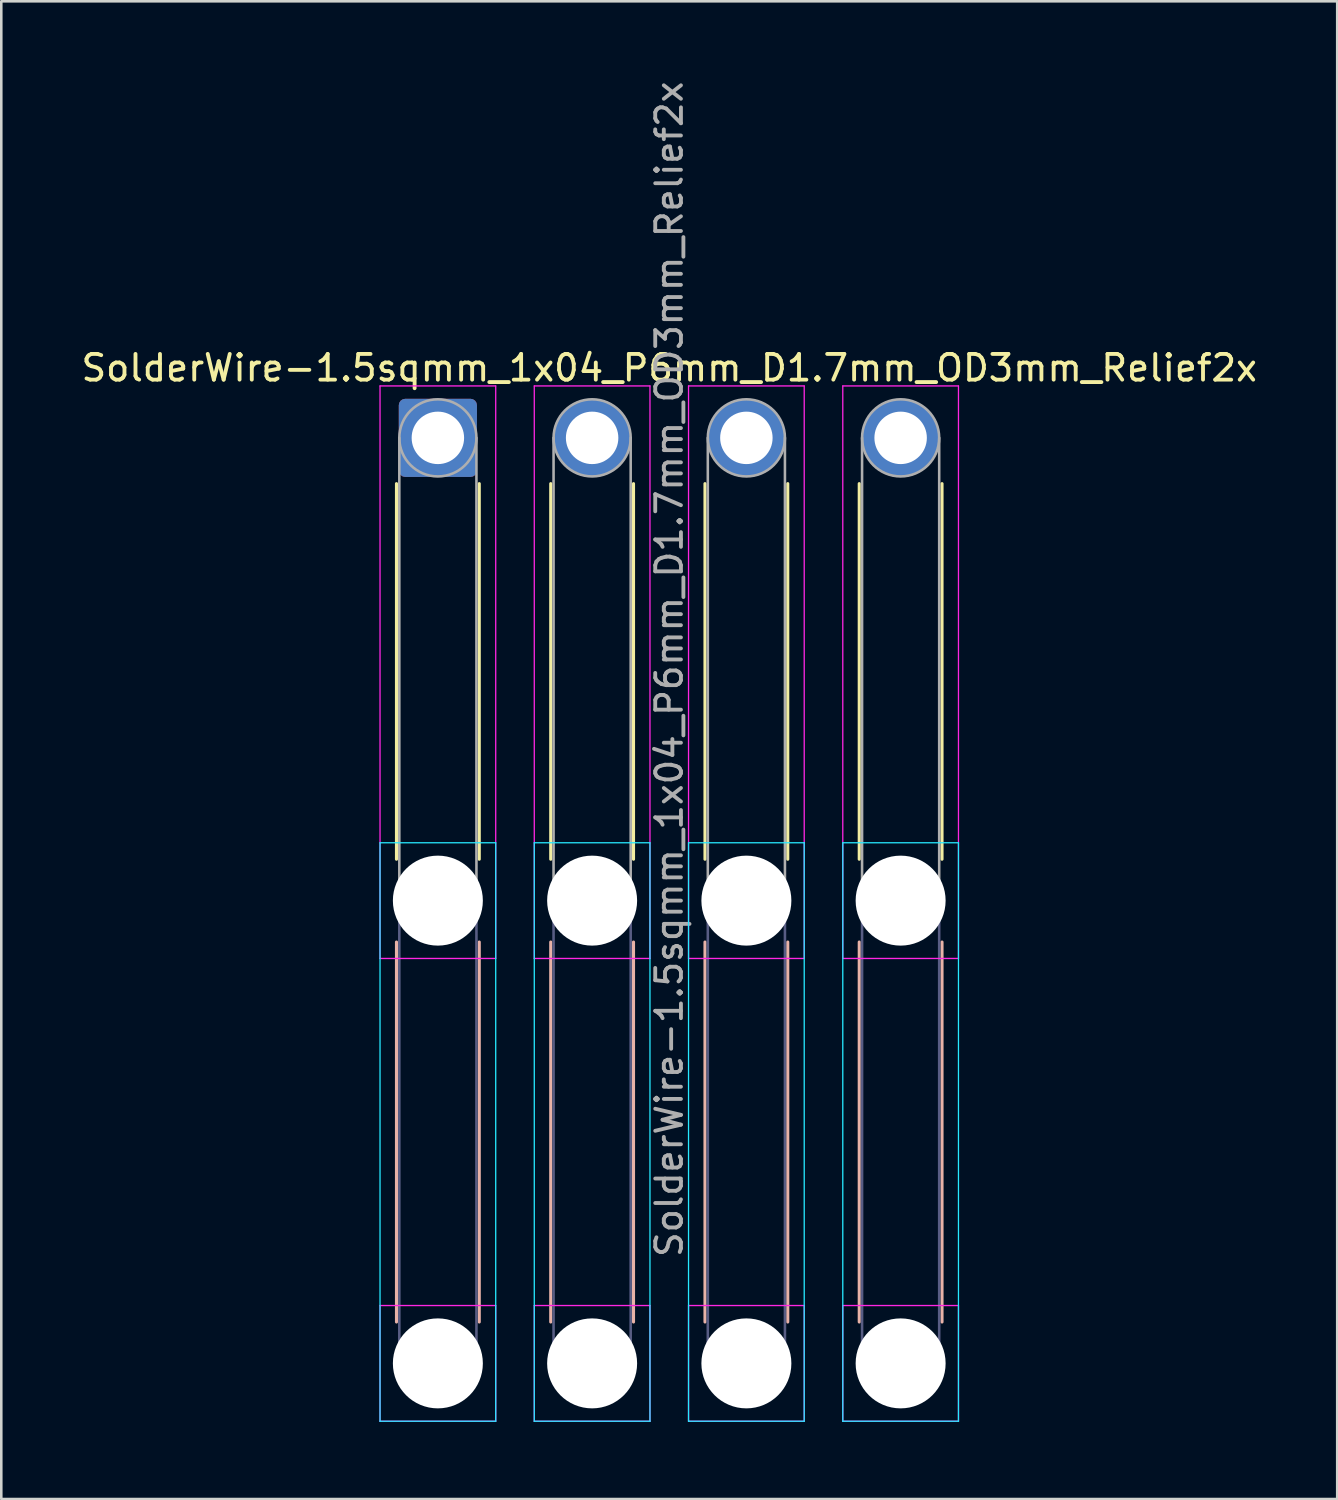
<source format=kicad_pcb>
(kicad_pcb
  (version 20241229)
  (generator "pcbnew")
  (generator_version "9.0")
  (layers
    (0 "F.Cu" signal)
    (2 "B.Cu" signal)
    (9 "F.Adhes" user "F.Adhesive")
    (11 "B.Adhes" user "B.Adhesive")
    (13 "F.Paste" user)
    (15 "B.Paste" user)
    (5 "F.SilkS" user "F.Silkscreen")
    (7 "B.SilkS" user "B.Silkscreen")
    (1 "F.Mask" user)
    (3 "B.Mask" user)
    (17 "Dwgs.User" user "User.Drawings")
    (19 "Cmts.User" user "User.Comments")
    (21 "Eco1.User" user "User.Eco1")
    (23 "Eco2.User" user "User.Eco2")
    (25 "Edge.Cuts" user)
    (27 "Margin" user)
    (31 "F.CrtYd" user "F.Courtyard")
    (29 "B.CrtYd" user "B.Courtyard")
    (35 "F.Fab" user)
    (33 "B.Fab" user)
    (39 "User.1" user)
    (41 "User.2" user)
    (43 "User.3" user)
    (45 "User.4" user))
  (footprint "SolderWire-1.5sqmm_1x04_P6mm_D1.7mm_OD3mm_Relief2x"
    (layer "F.Cu")
    (at 13.982 13.982)
    (property "Reference" "SolderWire-1.5sqmm_1x04_P6mm_D1.7mm_OD3mm_Relief2x" (at 9 -2.72 0) (layer "F.SilkS") (effects (font (size 1 1) (thickness 0.15))))
    (attr exclude_from_pos_files exclude_from_bom)
    (fp_line (start -1.61 1.78) (end -1.61 16.39) (stroke (width 0.12) (type solid)) (layer "F.SilkS"))
    (fp_line (start 1.61 1.78) (end 1.61 16.39) (stroke (width 0.12) (type solid)) (layer "F.SilkS"))
    (fp_line (start 4.39 1.78) (end 4.39 16.39) (stroke (width 0.12) (type solid)) (layer "F.SilkS"))
    (fp_line (start 7.61 1.78) (end 7.61 16.39) (stroke (width 0.12) (type solid)) (layer "F.SilkS"))
    (fp_line (start 10.39 1.78) (end 10.39 16.39) (stroke (width 0.12) (type solid)) (layer "F.SilkS"))
    (fp_line (start 13.61 1.78) (end 13.61 16.39) (stroke (width 0.12) (type solid)) (layer "F.SilkS"))
    (fp_line (start 16.39 1.78) (end 16.39 16.39) (stroke (width 0.12) (type solid)) (layer "F.SilkS"))
    (fp_line (start 19.61 1.78) (end 19.61 16.39) (stroke (width 0.12) (type solid)) (layer "F.SilkS"))
    (fp_line (start -1.61 19.61) (end -1.61 34.39) (stroke (width 0.12) (type solid)) (layer "B.SilkS"))
    (fp_line (start 1.61 19.61) (end 1.61 34.39) (stroke (width 0.12) (type solid)) (layer "B.SilkS"))
    (fp_line (start 4.39 19.61) (end 4.39 34.39) (stroke (width 0.12) (type solid)) (layer "B.SilkS"))
    (fp_line (start 7.61 19.61) (end 7.61 34.39) (stroke (width 0.12) (type solid)) (layer "B.SilkS"))
    (fp_line (start 10.39 19.61) (end 10.39 34.39) (stroke (width 0.12) (type solid)) (layer "B.SilkS"))
    (fp_line (start 13.61 19.61) (end 13.61 34.39) (stroke (width 0.12) (type solid)) (layer "B.SilkS"))
    (fp_line (start 16.39 19.61) (end 16.39 34.39) (stroke (width 0.12) (type solid)) (layer "B.SilkS"))
    (fp_line (start 19.61 19.61) (end 19.61 34.39) (stroke (width 0.12) (type solid)) (layer "B.SilkS"))
    (fp_line (start -2.25 15.75) (end -2.25 38.25) (stroke (width 0.05) (type solid)) (layer "B.CrtYd"))
    (fp_line (start -2.25 38.25) (end 2.25 38.25) (stroke (width 0.05) (type solid)) (layer "B.CrtYd"))
    (fp_line (start 2.25 15.75) (end -2.25 15.75) (stroke (width 0.05) (type solid)) (layer "B.CrtYd"))
    (fp_line (start 2.25 38.25) (end 2.25 15.75) (stroke (width 0.05) (type solid)) (layer "B.CrtYd"))
    (fp_line (start 3.75 15.75) (end 3.75 38.25) (stroke (width 0.05) (type solid)) (layer "B.CrtYd"))
    (fp_line (start 3.75 38.25) (end 8.25 38.25) (stroke (width 0.05) (type solid)) (layer "B.CrtYd"))
    (fp_line (start 8.25 15.75) (end 3.75 15.75) (stroke (width 0.05) (type solid)) (layer "B.CrtYd"))
    (fp_line (start 8.25 38.25) (end 8.25 15.75) (stroke (width 0.05) (type solid)) (layer "B.CrtYd"))
    (fp_line (start 9.75 15.75) (end 9.75 38.25) (stroke (width 0.05) (type solid)) (layer "B.CrtYd"))
    (fp_line (start 9.75 38.25) (end 14.25 38.25) (stroke (width 0.05) (type solid)) (layer "B.CrtYd"))
    (fp_line (start 14.25 15.75) (end 9.75 15.75) (stroke (width 0.05) (type solid)) (layer "B.CrtYd"))
    (fp_line (start 14.25 38.25) (end 14.25 15.75) (stroke (width 0.05) (type solid)) (layer "B.CrtYd"))
    (fp_line (start 15.75 15.75) (end 15.75 38.25) (stroke (width 0.05) (type solid)) (layer "B.CrtYd"))
    (fp_line (start 15.75 38.25) (end 20.25 38.25) (stroke (width 0.05) (type solid)) (layer "B.CrtYd"))
    (fp_line (start 20.25 15.75) (end 15.75 15.75) (stroke (width 0.05) (type solid)) (layer "B.CrtYd"))
    (fp_line (start 20.25 38.25) (end 20.25 15.75) (stroke (width 0.05) (type solid)) (layer "B.CrtYd"))
    (fp_line (start -2.25 -2.02) (end -2.25 20.25) (stroke (width 0.05) (type solid)) (layer "F.CrtYd"))
    (fp_line (start -2.25 20.25) (end 2.25 20.25) (stroke (width 0.05) (type solid)) (layer "F.CrtYd"))
    (fp_line (start -2.25 33.75) (end -2.25 38.25) (stroke (width 0.05) (type solid)) (layer "F.CrtYd"))
    (fp_line (start -2.25 38.25) (end 2.25 38.25) (stroke (width 0.05) (type solid)) (layer "F.CrtYd"))
    (fp_line (start 2.25 -2.02) (end -2.25 -2.02) (stroke (width 0.05) (type solid)) (layer "F.CrtYd"))
    (fp_line (start 2.25 20.25) (end 2.25 -2.02) (stroke (width 0.05) (type solid)) (layer "F.CrtYd"))
    (fp_line (start 2.25 33.75) (end -2.25 33.75) (stroke (width 0.05) (type solid)) (layer "F.CrtYd"))
    (fp_line (start 2.25 38.25) (end 2.25 33.75) (stroke (width 0.05) (type solid)) (layer "F.CrtYd"))
    (fp_line (start 3.75 -2.02) (end 3.75 20.25) (stroke (width 0.05) (type solid)) (layer "F.CrtYd"))
    (fp_line (start 3.75 20.25) (end 8.25 20.25) (stroke (width 0.05) (type solid)) (layer "F.CrtYd"))
    (fp_line (start 3.75 33.75) (end 3.75 38.25) (stroke (width 0.05) (type solid)) (layer "F.CrtYd"))
    (fp_line (start 3.75 38.25) (end 8.25 38.25) (stroke (width 0.05) (type solid)) (layer "F.CrtYd"))
    (fp_line (start 8.25 -2.02) (end 3.75 -2.02) (stroke (width 0.05) (type solid)) (layer "F.CrtYd"))
    (fp_line (start 8.25 20.25) (end 8.25 -2.02) (stroke (width 0.05) (type solid)) (layer "F.CrtYd"))
    (fp_line (start 8.25 33.75) (end 3.75 33.75) (stroke (width 0.05) (type solid)) (layer "F.CrtYd"))
    (fp_line (start 8.25 38.25) (end 8.25 33.75) (stroke (width 0.05) (type solid)) (layer "F.CrtYd"))
    (fp_line (start 9.75 -2.02) (end 9.75 20.25) (stroke (width 0.05) (type solid)) (layer "F.CrtYd"))
    (fp_line (start 9.75 20.25) (end 14.25 20.25) (stroke (width 0.05) (type solid)) (layer "F.CrtYd"))
    (fp_line (start 9.75 33.75) (end 9.75 38.25) (stroke (width 0.05) (type solid)) (layer "F.CrtYd"))
    (fp_line (start 9.75 38.25) (end 14.25 38.25) (stroke (width 0.05) (type solid)) (layer "F.CrtYd"))
    (fp_line (start 14.25 -2.02) (end 9.75 -2.02) (stroke (width 0.05) (type solid)) (layer "F.CrtYd"))
    (fp_line (start 14.25 20.25) (end 14.25 -2.02) (stroke (width 0.05) (type solid)) (layer "F.CrtYd"))
    (fp_line (start 14.25 33.75) (end 9.75 33.75) (stroke (width 0.05) (type solid)) (layer "F.CrtYd"))
    (fp_line (start 14.25 38.25) (end 14.25 33.75) (stroke (width 0.05) (type solid)) (layer "F.CrtYd"))
    (fp_line (start 15.75 -2.02) (end 15.75 20.25) (stroke (width 0.05) (type solid)) (layer "F.CrtYd"))
    (fp_line (start 15.75 20.25) (end 20.25 20.25) (stroke (width 0.05) (type solid)) (layer "F.CrtYd"))
    (fp_line (start 15.75 33.75) (end 15.75 38.25) (stroke (width 0.05) (type solid)) (layer "F.CrtYd"))
    (fp_line (start 15.75 38.25) (end 20.25 38.25) (stroke (width 0.05) (type solid)) (layer "F.CrtYd"))
    (fp_line (start 20.25 -2.02) (end 15.75 -2.02) (stroke (width 0.05) (type solid)) (layer "F.CrtYd"))
    (fp_line (start 20.25 20.25) (end 20.25 -2.02) (stroke (width 0.05) (type solid)) (layer "F.CrtYd"))
    (fp_line (start 20.25 33.75) (end 15.75 33.75) (stroke (width 0.05) (type solid)) (layer "F.CrtYd"))
    (fp_line (start 20.25 38.25) (end 20.25 33.75) (stroke (width 0.05) (type solid)) (layer "F.CrtYd"))
    (fp_line (start -1.5 18) (end -1.5 36) (stroke (width 0.1) (type solid)) (layer "B.Fab"))
    (fp_line (start 1.5 18) (end 1.5 36) (stroke (width 0.1) (type solid)) (layer "B.Fab"))
    (fp_line (start 4.5 18) (end 4.5 36) (stroke (width 0.1) (type solid)) (layer "B.Fab"))
    (fp_line (start 7.5 18) (end 7.5 36) (stroke (width 0.1) (type solid)) (layer "B.Fab"))
    (fp_line (start 10.5 18) (end 10.5 36) (stroke (width 0.1) (type solid)) (layer "B.Fab"))
    (fp_line (start 13.5 18) (end 13.5 36) (stroke (width 0.1) (type solid)) (layer "B.Fab"))
    (fp_line (start 16.5 18) (end 16.5 36) (stroke (width 0.1) (type solid)) (layer "B.Fab"))
    (fp_line (start 19.5 18) (end 19.5 36) (stroke (width 0.1) (type solid)) (layer "B.Fab"))
    (fp_circle (center 0 18) (end 1.5 18) (stroke (width 0.1) (type solid)) (fill no) (layer "B.Fab"))
    (fp_circle (center 0 36) (end 1.5 36) (stroke (width 0.1) (type solid)) (fill no) (layer "B.Fab"))
    (fp_circle (center 6 18) (end 7.5 18) (stroke (width 0.1) (type solid)) (fill no) (layer "B.Fab"))
    (fp_circle (center 6 36) (end 7.5 36) (stroke (width 0.1) (type solid)) (fill no) (layer "B.Fab"))
    (fp_circle (center 12 18) (end 13.5 18) (stroke (width 0.1) (type solid)) (fill no) (layer "B.Fab"))
    (fp_circle (center 12 36) (end 13.5 36) (stroke (width 0.1) (type solid)) (fill no) (layer "B.Fab"))
    (fp_circle (center 18 18) (end 19.5 18) (stroke (width 0.1) (type solid)) (fill no) (layer "B.Fab"))
    (fp_circle (center 18 36) (end 19.5 36) (stroke (width 0.1) (type solid)) (fill no) (layer "B.Fab"))
    (fp_line (start -1.5 0) (end -1.5 18) (stroke (width 0.1) (type solid)) (layer "F.Fab"))
    (fp_line (start 1.5 0) (end 1.5 18) (stroke (width 0.1) (type solid)) (layer "F.Fab"))
    (fp_line (start 4.5 0) (end 4.5 18) (stroke (width 0.1) (type solid)) (layer "F.Fab"))
    (fp_line (start 7.5 0) (end 7.5 18) (stroke (width 0.1) (type solid)) (layer "F.Fab"))
    (fp_line (start 10.5 0) (end 10.5 18) (stroke (width 0.1) (type solid)) (layer "F.Fab"))
    (fp_line (start 13.5 0) (end 13.5 18) (stroke (width 0.1) (type solid)) (layer "F.Fab"))
    (fp_line (start 16.5 0) (end 16.5 18) (stroke (width 0.1) (type solid)) (layer "F.Fab"))
    (fp_line (start 19.5 0) (end 19.5 18) (stroke (width 0.1) (type solid)) (layer "F.Fab"))
    (fp_circle (center 0 0) (end 1.5 0) (stroke (width 0.1) (type solid)) (fill no) (layer "F.Fab"))
    (fp_circle (center 0 18) (end 1.5 18) (stroke (width 0.1) (type solid)) (fill no) (layer "F.Fab"))
    (fp_circle (center 0 36) (end 1.5 36) (stroke (width 0.1) (type solid)) (fill no) (layer "F.Fab"))
    (fp_circle (center 6 0) (end 7.5 0) (stroke (width 0.1) (type solid)) (fill no) (layer "F.Fab"))
    (fp_circle (center 6 18) (end 7.5 18) (stroke (width 0.1) (type solid)) (fill no) (layer "F.Fab"))
    (fp_circle (center 6 36) (end 7.5 36) (stroke (width 0.1) (type solid)) (fill no) (layer "F.Fab"))
    (fp_circle (center 12 0) (end 13.5 0) (stroke (width 0.1) (type solid)) (fill no) (layer "F.Fab"))
    (fp_circle (center 12 18) (end 13.5 18) (stroke (width 0.1) (type solid)) (fill no) (layer "F.Fab"))
    (fp_circle (center 12 36) (end 13.5 36) (stroke (width 0.1) (type solid)) (fill no) (layer "F.Fab"))
    (fp_circle (center 18 0) (end 19.5 0) (stroke (width 0.1) (type solid)) (fill no) (layer "F.Fab"))
    (fp_circle (center 18 18) (end 19.5 18) (stroke (width 0.1) (type solid)) (fill no) (layer "F.Fab"))
    (fp_circle (center 18 36) (end 19.5 36) (stroke (width 0.1) (type solid)) (fill no) (layer "F.Fab"))
    (fp_text user "${REFERENCE}" (at 9 9 90) (layer "F.Fab") (effects (font (size 1 1) (thickness 0.15))))
    (pad "" np_thru_hole circle (at 0 18) (size 3.5 3.5) (drill 3.5) (layers "*.Cu" "*.Mask"))
    (pad "" np_thru_hole circle (at 0 36) (size 3.5 3.5) (drill 3.5) (layers "*.Cu" "*.Mask"))
    (pad "" np_thru_hole circle (at 6 18) (size 3.5 3.5) (drill 3.5) (layers "*.Cu" "*.Mask"))
    (pad "" np_thru_hole circle (at 6 36) (size 3.5 3.5) (drill 3.5) (layers "*.Cu" "*.Mask"))
    (pad "" np_thru_hole circle (at 12 18) (size 3.5 3.5) (drill 3.5) (layers "*.Cu" "*.Mask"))
    (pad "" np_thru_hole circle (at 12 36) (size 3.5 3.5) (drill 3.5) (layers "*.Cu" "*.Mask"))
    (pad "" np_thru_hole circle (at 18 18) (size 3.5 3.5) (drill 3.5) (layers "*.Cu" "*.Mask"))
    (pad "" np_thru_hole circle (at 18 36) (size 3.5 3.5) (drill 3.5) (layers "*.Cu" "*.Mask"))
    (pad "1" thru_hole roundrect (at 0 0) (size 3.04 3.04) (drill 2.04) (layers "*.Cu" "*.Mask") (roundrect_rratio 0.082))
    (pad "2" thru_hole circle (at 6 0) (size 3.04 3.04) (drill 2.04) (layers "*.Cu" "*.Mask"))
    (pad "3" thru_hole circle (at 12 0) (size 3.04 3.04) (drill 2.04) (layers "*.Cu" "*.Mask"))
    (pad "4" thru_hole circle (at 18 0) (size 3.04 3.04) (drill 2.04) (layers "*.Cu" "*.Mask")))
  (gr_rect
    (start -3 -3)
    (end 48.964 55.257)
    (stroke (width 0.1) (type default))
    (fill no)
    (layer "Edge.Cuts")))
</source>
